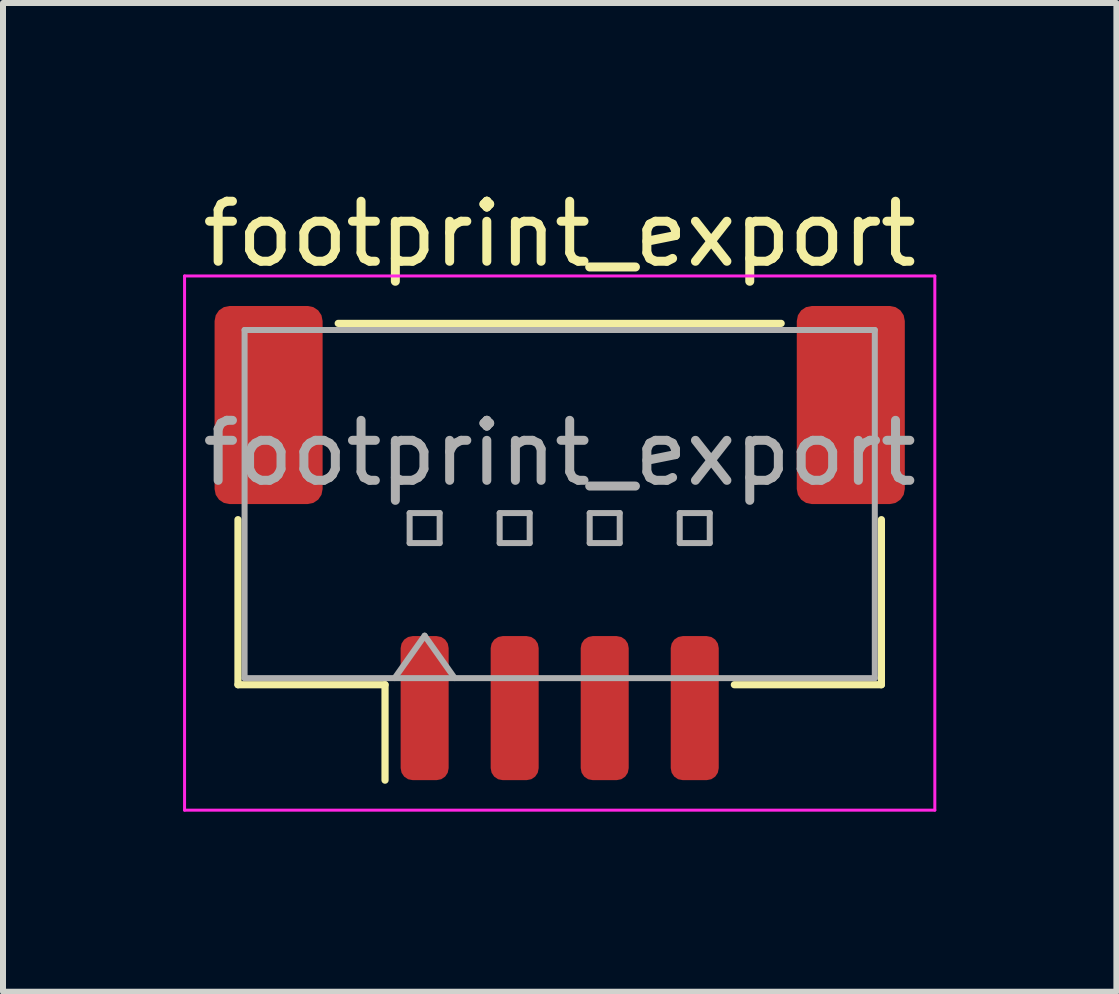
<source format=kicad_pcb>
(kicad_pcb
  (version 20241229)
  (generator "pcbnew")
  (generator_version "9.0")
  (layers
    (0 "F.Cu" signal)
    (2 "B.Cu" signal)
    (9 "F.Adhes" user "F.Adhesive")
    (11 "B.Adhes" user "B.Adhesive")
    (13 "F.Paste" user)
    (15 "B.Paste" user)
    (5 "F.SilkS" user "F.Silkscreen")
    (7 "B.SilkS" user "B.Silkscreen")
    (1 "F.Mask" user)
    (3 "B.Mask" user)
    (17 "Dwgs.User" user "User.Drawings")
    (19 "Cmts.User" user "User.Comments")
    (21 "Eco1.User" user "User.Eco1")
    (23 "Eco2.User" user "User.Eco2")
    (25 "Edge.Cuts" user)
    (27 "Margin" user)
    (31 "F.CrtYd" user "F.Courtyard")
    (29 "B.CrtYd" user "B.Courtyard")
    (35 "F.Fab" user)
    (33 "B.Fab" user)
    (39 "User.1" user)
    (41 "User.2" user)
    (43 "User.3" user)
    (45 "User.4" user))
  (footprint "footprint_export"
    (layer "F.Cu")
    (at 6.275 5.998)
    (property "Reference" "footprint_export" (at 0 -5.15 0) (layer "F.SilkS") (effects (font (size 1 1) (thickness 0.15))))
    (attr smd)
    (fp_line (start -5.36 -0.39) (end -5.36 2.36) (stroke (width 0.12) (type solid)) (layer "F.SilkS"))
    (fp_line (start -5.36 2.36) (end -2.91 2.36) (stroke (width 0.12) (type solid)) (layer "F.SilkS"))
    (fp_line (start -3.69 -3.66) (end 3.69 -3.66) (stroke (width 0.12) (type solid)) (layer "F.SilkS"))
    (fp_line (start -2.91 2.36) (end -2.91 3.95) (stroke (width 0.12) (type solid)) (layer "F.SilkS"))
    (fp_line (start 5.36 -0.39) (end 5.36 2.36) (stroke (width 0.12) (type solid)) (layer "F.SilkS"))
    (fp_line (start 5.36 2.36) (end 2.91 2.36) (stroke (width 0.12) (type solid)) (layer "F.SilkS"))
    (fp_line (start -6.25 -4.45) (end -6.25 4.45) (stroke (width 0.05) (type solid)) (layer "F.CrtYd"))
    (fp_line (start -6.25 4.45) (end 6.25 4.45) (stroke (width 0.05) (type solid)) (layer "F.CrtYd"))
    (fp_line (start 6.25 -4.45) (end -6.25 -4.45) (stroke (width 0.05) (type solid)) (layer "F.CrtYd"))
    (fp_line (start 6.25 4.45) (end 6.25 -4.45) (stroke (width 0.05) (type solid)) (layer "F.CrtYd"))
    (fp_line (start -5.25 -3.55) (end 5.25 -3.55) (stroke (width 0.1) (type solid)) (layer "F.Fab"))
    (fp_line (start -5.25 2.25) (end -5.25 -3.55) (stroke (width 0.1) (type solid)) (layer "F.Fab"))
    (fp_line (start -5.25 2.25) (end 5.25 2.25) (stroke (width 0.1) (type solid)) (layer "F.Fab"))
    (fp_line (start -2.75 2.25) (end -2.25 1.543) (stroke (width 0.1) (type solid)) (layer "F.Fab"))
    (fp_line (start -2.5 -0.5) (end -2.5 0) (stroke (width 0.1) (type solid)) (layer "F.Fab"))
    (fp_line (start -2.5 0) (end -2 0) (stroke (width 0.1) (type solid)) (layer "F.Fab"))
    (fp_line (start -2.25 1.543) (end -1.75 2.25) (stroke (width 0.1) (type solid)) (layer "F.Fab"))
    (fp_line (start -2 -0.5) (end -2.5 -0.5) (stroke (width 0.1) (type solid)) (layer "F.Fab"))
    (fp_line (start -2 0) (end -2 -0.5) (stroke (width 0.1) (type solid)) (layer "F.Fab"))
    (fp_line (start -1 -0.5) (end -1 0) (stroke (width 0.1) (type solid)) (layer "F.Fab"))
    (fp_line (start -1 0) (end -0.5 0) (stroke (width 0.1) (type solid)) (layer "F.Fab"))
    (fp_line (start -0.5 -0.5) (end -1 -0.5) (stroke (width 0.1) (type solid)) (layer "F.Fab"))
    (fp_line (start -0.5 0) (end -0.5 -0.5) (stroke (width 0.1) (type solid)) (layer "F.Fab"))
    (fp_line (start 0.5 -0.5) (end 0.5 0) (stroke (width 0.1) (type solid)) (layer "F.Fab"))
    (fp_line (start 0.5 0) (end 1 0) (stroke (width 0.1) (type solid)) (layer "F.Fab"))
    (fp_line (start 1 -0.5) (end 0.5 -0.5) (stroke (width 0.1) (type solid)) (layer "F.Fab"))
    (fp_line (start 1 0) (end 1 -0.5) (stroke (width 0.1) (type solid)) (layer "F.Fab"))
    (fp_line (start 2 -0.5) (end 2 0) (stroke (width 0.1) (type solid)) (layer "F.Fab"))
    (fp_line (start 2 0) (end 2.5 0) (stroke (width 0.1) (type solid)) (layer "F.Fab"))
    (fp_line (start 2.5 -0.5) (end 2 -0.5) (stroke (width 0.1) (type solid)) (layer "F.Fab"))
    (fp_line (start 2.5 0) (end 2.5 -0.5) (stroke (width 0.1) (type solid)) (layer "F.Fab"))
    (fp_line (start 5.25 2.25) (end 5.25 -3.55) (stroke (width 0.1) (type solid)) (layer "F.Fab"))
    (fp_text user "${REFERENCE}" (at 0 -1.5 0) (layer "F.Fab") (effects (font (size 1 1) (thickness 0.15))))
    (pad "1" smd roundrect (at -2.25 2.75) (size 0.8 2.4) (layers "F.Cu" "F.Mask" "F.Paste") (roundrect_rratio 0.25))
    (pad "2" smd roundrect (at -0.75 2.75) (size 0.8 2.4) (layers "F.Cu" "F.Mask" "F.Paste") (roundrect_rratio 0.25))
    (pad "3" smd roundrect (at 0.75 2.75) (size 0.8 2.4) (layers "F.Cu" "F.Mask" "F.Paste") (roundrect_rratio 0.25))
    (pad "4" smd roundrect (at 2.25 2.75) (size 0.8 2.4) (layers "F.Cu" "F.Mask" "F.Paste") (roundrect_rratio 0.25))
    (pad "MP" smd roundrect (at -4.85 -2.3) (size 1.8 3.3) (layers "F.Cu" "F.Mask" "F.Paste") (roundrect_rratio 0.139))
    (pad "MP" smd roundrect (at 4.85 -2.3) (size 1.8 3.3) (layers "F.Cu" "F.Mask" "F.Paste") (roundrect_rratio 0.139)))
  (gr_rect
    (start -3 -3)
    (end 15.55 13.473)
    (stroke (width 0.1) (type default))
    (fill no)
    (layer "Edge.Cuts")))
</source>
